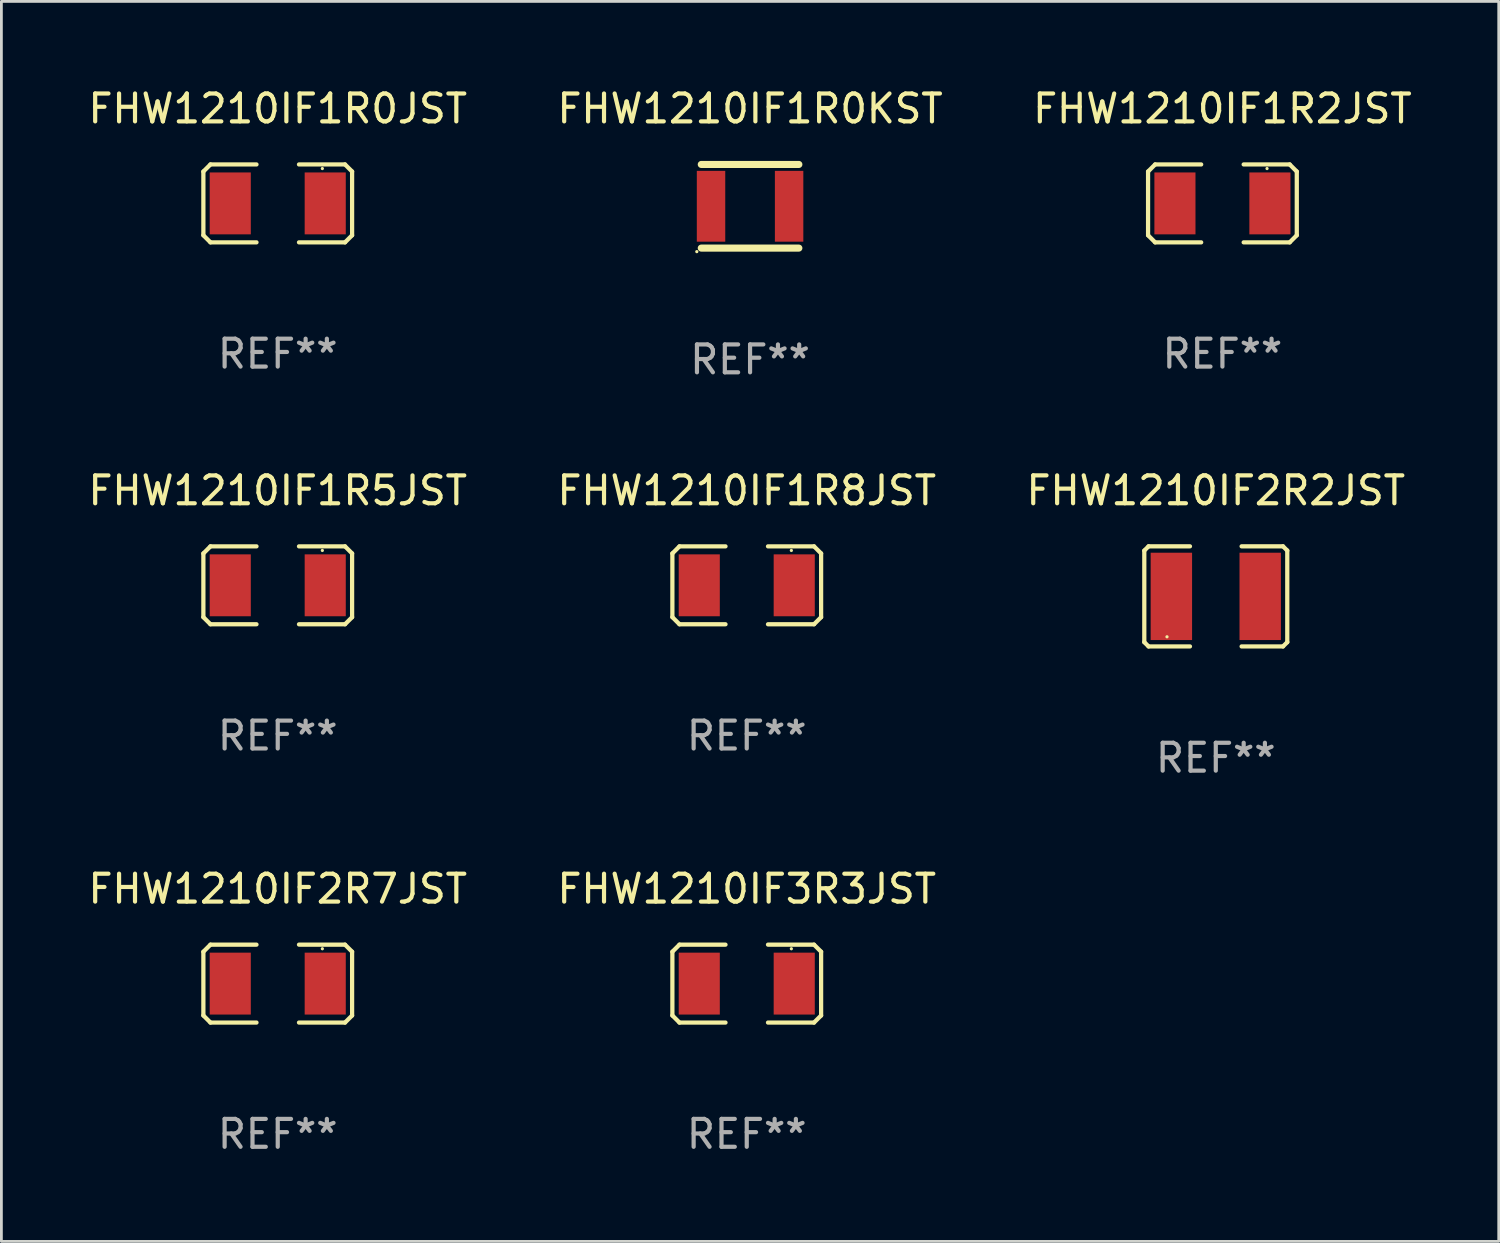
<source format=kicad_pcb>
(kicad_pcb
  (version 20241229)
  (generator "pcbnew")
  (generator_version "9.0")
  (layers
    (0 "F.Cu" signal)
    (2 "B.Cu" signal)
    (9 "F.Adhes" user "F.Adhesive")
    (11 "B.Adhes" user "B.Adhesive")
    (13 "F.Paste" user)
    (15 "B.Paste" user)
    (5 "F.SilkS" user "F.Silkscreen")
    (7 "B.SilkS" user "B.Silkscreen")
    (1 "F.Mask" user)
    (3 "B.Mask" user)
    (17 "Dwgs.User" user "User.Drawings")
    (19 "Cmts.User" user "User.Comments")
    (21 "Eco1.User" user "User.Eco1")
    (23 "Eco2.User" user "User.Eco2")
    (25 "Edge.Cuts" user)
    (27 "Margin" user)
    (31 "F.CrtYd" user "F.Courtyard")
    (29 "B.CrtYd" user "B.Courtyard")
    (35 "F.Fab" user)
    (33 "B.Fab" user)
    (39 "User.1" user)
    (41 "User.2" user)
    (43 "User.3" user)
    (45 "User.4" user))
  (footprint "FHW1210IF1R5JST"
    (layer "F.Cu")
    (at 6.911 17.942)
    (property "Reference" "FHW1210IF1R5JST" (at 0 -3.397 0) (layer "F.SilkS") (effects (font (size 1 1) (thickness 0.15))))
    (attr through_hole)
    (fp_line (start -2.667 -1.143) (end -2.413 -1.397) (stroke (width 0.152) (type solid)) (layer "F.SilkS"))
    (fp_line (start -2.667 1.143) (end -2.667 -1.143) (stroke (width 0.152) (type solid)) (layer "F.SilkS"))
    (fp_line (start -2.413 -1.397) (end -0.762 -1.397) (stroke (width 0.152) (type solid)) (layer "F.SilkS"))
    (fp_line (start -2.413 1.397) (end -2.667 1.143) (stroke (width 0.152) (type solid)) (layer "F.SilkS"))
    (fp_line (start -0.762 1.397) (end -2.413 1.397) (stroke (width 0.152) (type solid)) (layer "F.SilkS"))
    (fp_line (start 0.762 -1.397) (end 2.413 -1.397) (stroke (width 0.152) (type solid)) (layer "F.SilkS"))
    (fp_line (start 2.413 -1.397) (end 2.667 -1.143) (stroke (width 0.152) (type solid)) (layer "F.SilkS"))
    (fp_line (start 2.413 1.397) (end 0.762 1.397) (stroke (width 0.152) (type solid)) (layer "F.SilkS"))
    (fp_line (start 2.667 -1.143) (end 2.667 1.143) (stroke (width 0.152) (type solid)) (layer "F.SilkS"))
    (fp_line (start 2.667 1.143) (end 2.413 1.397) (stroke (width 0.152) (type solid)) (layer "F.SilkS"))
    (fp_circle (center 1.6 -1.25) (end 1.63 -1.25) (stroke (width 0.06) (type solid)) (fill no) (layer "F.SilkS"))
    (fp_text user "REF**" (at 0 5.397 0) (layer "F.Fab") (effects (font (size 1 1) (thickness 0.15))))
    (pad "1" smd rect (at 1.703 0) (size 1.474 2.22) (layers "F.Cu" "F.Mask" "F.Paste"))
    (pad "2" smd rect (at -1.703 0) (size 1.474 2.22) (layers "F.Cu" "F.Mask" "F.Paste")))
  (footprint "FHW1210IF2R7JST"
    (layer "F.Cu")
    (at 6.911 32.227)
    (property "Reference" "FHW1210IF2R7JST" (at 0 -3.397 0) (layer "F.SilkS") (effects (font (size 1 1) (thickness 0.15))))
    (attr through_hole)
    (fp_line (start -2.667 -1.143) (end -2.413 -1.397) (stroke (width 0.152) (type solid)) (layer "F.SilkS"))
    (fp_line (start -2.667 1.143) (end -2.667 -1.143) (stroke (width 0.152) (type solid)) (layer "F.SilkS"))
    (fp_line (start -2.413 -1.397) (end -0.762 -1.397) (stroke (width 0.152) (type solid)) (layer "F.SilkS"))
    (fp_line (start -2.413 1.397) (end -2.667 1.143) (stroke (width 0.152) (type solid)) (layer "F.SilkS"))
    (fp_line (start -0.762 1.397) (end -2.413 1.397) (stroke (width 0.152) (type solid)) (layer "F.SilkS"))
    (fp_line (start 0.762 -1.397) (end 2.413 -1.397) (stroke (width 0.152) (type solid)) (layer "F.SilkS"))
    (fp_line (start 2.413 -1.397) (end 2.667 -1.143) (stroke (width 0.152) (type solid)) (layer "F.SilkS"))
    (fp_line (start 2.413 1.397) (end 0.762 1.397) (stroke (width 0.152) (type solid)) (layer "F.SilkS"))
    (fp_line (start 2.667 -1.143) (end 2.667 1.143) (stroke (width 0.152) (type solid)) (layer "F.SilkS"))
    (fp_line (start 2.667 1.143) (end 2.413 1.397) (stroke (width 0.152) (type solid)) (layer "F.SilkS"))
    (fp_circle (center 1.6 -1.25) (end 1.63 -1.25) (stroke (width 0.06) (type solid)) (fill no) (layer "F.SilkS"))
    (fp_text user "REF**" (at 0 5.397 0) (layer "F.Fab") (effects (font (size 1 1) (thickness 0.15))))
    (pad "1" smd rect (at 1.703 0) (size 1.474 2.22) (layers "F.Cu" "F.Mask" "F.Paste"))
    (pad "2" smd rect (at -1.703 0) (size 1.474 2.22) (layers "F.Cu" "F.Mask" "F.Paste")))
  (footprint "FHW1210IF1R8JST"
    (layer "F.Cu")
    (at 23.732 17.942)
    (property "Reference" "FHW1210IF1R8JST" (at 0 -3.397 0) (layer "F.SilkS") (effects (font (size 1 1) (thickness 0.15))))
    (attr through_hole)
    (fp_line (start -2.667 -1.143) (end -2.413 -1.397) (stroke (width 0.152) (type solid)) (layer "F.SilkS"))
    (fp_line (start -2.667 1.143) (end -2.667 -1.143) (stroke (width 0.152) (type solid)) (layer "F.SilkS"))
    (fp_line (start -2.413 -1.397) (end -0.762 -1.397) (stroke (width 0.152) (type solid)) (layer "F.SilkS"))
    (fp_line (start -2.413 1.397) (end -2.667 1.143) (stroke (width 0.152) (type solid)) (layer "F.SilkS"))
    (fp_line (start -0.762 1.397) (end -2.413 1.397) (stroke (width 0.152) (type solid)) (layer "F.SilkS"))
    (fp_line (start 0.762 -1.397) (end 2.413 -1.397) (stroke (width 0.152) (type solid)) (layer "F.SilkS"))
    (fp_line (start 2.413 -1.397) (end 2.667 -1.143) (stroke (width 0.152) (type solid)) (layer "F.SilkS"))
    (fp_line (start 2.413 1.397) (end 0.762 1.397) (stroke (width 0.152) (type solid)) (layer "F.SilkS"))
    (fp_line (start 2.667 -1.143) (end 2.667 1.143) (stroke (width 0.152) (type solid)) (layer "F.SilkS"))
    (fp_line (start 2.667 1.143) (end 2.413 1.397) (stroke (width 0.152) (type solid)) (layer "F.SilkS"))
    (fp_circle (center 1.6 -1.25) (end 1.63 -1.25) (stroke (width 0.06) (type solid)) (fill no) (layer "F.SilkS"))
    (fp_text user "REF**" (at 0 5.397 0) (layer "F.Fab") (effects (font (size 1 1) (thickness 0.15))))
    (pad "1" smd rect (at 1.703 0) (size 1.474 2.22) (layers "F.Cu" "F.Mask" "F.Paste"))
    (pad "2" smd rect (at -1.703 0) (size 1.474 2.22) (layers "F.Cu" "F.Mask" "F.Paste")))
  (footprint "FHW1210IF1R2JST"
    (layer "F.Cu")
    (at 40.792 4.245)
    (property "Reference" "FHW1210IF1R2JST" (at 0 -3.397 0) (layer "F.SilkS") (effects (font (size 1 1) (thickness 0.15))))
    (attr through_hole)
    (fp_line (start -2.667 -1.143) (end -2.413 -1.397) (stroke (width 0.152) (type solid)) (layer "F.SilkS"))
    (fp_line (start -2.667 1.143) (end -2.667 -1.143) (stroke (width 0.152) (type solid)) (layer "F.SilkS"))
    (fp_line (start -2.413 -1.397) (end -0.762 -1.397) (stroke (width 0.152) (type solid)) (layer "F.SilkS"))
    (fp_line (start -2.413 1.397) (end -2.667 1.143) (stroke (width 0.152) (type solid)) (layer "F.SilkS"))
    (fp_line (start -0.762 1.397) (end -2.413 1.397) (stroke (width 0.152) (type solid)) (layer "F.SilkS"))
    (fp_line (start 0.762 -1.397) (end 2.413 -1.397) (stroke (width 0.152) (type solid)) (layer "F.SilkS"))
    (fp_line (start 2.413 -1.397) (end 2.667 -1.143) (stroke (width 0.152) (type solid)) (layer "F.SilkS"))
    (fp_line (start 2.413 1.397) (end 0.762 1.397) (stroke (width 0.152) (type solid)) (layer "F.SilkS"))
    (fp_line (start 2.667 -1.143) (end 2.667 1.143) (stroke (width 0.152) (type solid)) (layer "F.SilkS"))
    (fp_line (start 2.667 1.143) (end 2.413 1.397) (stroke (width 0.152) (type solid)) (layer "F.SilkS"))
    (fp_circle (center 1.6 -1.25) (end 1.63 -1.25) (stroke (width 0.06) (type solid)) (fill no) (layer "F.SilkS"))
    (fp_text user "REF**" (at 0 5.397 0) (layer "F.Fab") (effects (font (size 1 1) (thickness 0.15))))
    (pad "1" smd rect (at 1.703 0) (size 1.474 2.22) (layers "F.Cu" "F.Mask" "F.Paste"))
    (pad "2" smd rect (at -1.703 0) (size 1.474 2.22) (layers "F.Cu" "F.Mask" "F.Paste")))
  (footprint "FHW1210IF2R2JST"
    (layer "F.Cu")
    (at 40.554 18.339)
    (property "Reference" "FHW1210IF2R2JST" (at 0 -3.795 0) (layer "F.SilkS") (effects (font (size 1 1) (thickness 0.15))))
    (attr through_hole)
    (fp_line (start -2.564 -1.642) (end -2.564 1.642) (stroke (width 0.152) (type solid)) (layer "F.SilkS"))
    (fp_line (start -2.564 1.642) (end -2.411 1.795) (stroke (width 0.152) (type solid)) (layer "F.SilkS"))
    (fp_line (start -2.411 -1.795) (end -2.564 -1.642) (stroke (width 0.152) (type solid)) (layer "F.SilkS"))
    (fp_line (start -2.411 1.795) (end -0.926 1.795) (stroke (width 0.152) (type solid)) (layer "F.SilkS"))
    (fp_line (start -0.926 -1.795) (end -2.411 -1.795) (stroke (width 0.152) (type solid)) (layer "F.SilkS"))
    (fp_line (start 0.926 -1.795) (end 2.411 -1.795) (stroke (width 0.152) (type solid)) (layer "F.SilkS"))
    (fp_line (start 2.411 -1.795) (end 2.564 -1.642) (stroke (width 0.152) (type solid)) (layer "F.SilkS"))
    (fp_line (start 2.411 1.795) (end 0.926 1.795) (stroke (width 0.152) (type solid)) (layer "F.SilkS"))
    (fp_line (start 2.564 -1.642) (end 2.564 1.642) (stroke (width 0.152) (type solid)) (layer "F.SilkS"))
    (fp_line (start 2.564 1.642) (end 2.411 1.795) (stroke (width 0.152) (type solid)) (layer "F.SilkS"))
    (fp_circle (center -1.75 1.45) (end -1.72 1.45) (stroke (width 0.06) (type solid)) (fill no) (layer "F.SilkS"))
    (fp_text user "REF**" (at 0 5.795 0) (layer "F.Fab") (effects (font (size 1 1) (thickness 0.15))))
    (pad "1" smd rect (at -1.593 0.000076) (size 1.485 3.132) (layers "F.Cu" "F.Mask" "F.Paste"))
    (pad "2" smd rect (at 1.593 0.000076) (size 1.485 3.132) (layers "F.Cu" "F.Mask" "F.Paste")))
  (footprint "FHW1210IF1R0JST"
    (layer "F.Cu")
    (at 6.911 4.245)
    (property "Reference" "FHW1210IF1R0JST" (at 0 -3.397 0) (layer "F.SilkS") (effects (font (size 1 1) (thickness 0.15))))
    (attr through_hole)
    (fp_line (start -2.667 -1.143) (end -2.413 -1.397) (stroke (width 0.152) (type solid)) (layer "F.SilkS"))
    (fp_line (start -2.667 1.143) (end -2.667 -1.143) (stroke (width 0.152) (type solid)) (layer "F.SilkS"))
    (fp_line (start -2.413 -1.397) (end -0.762 -1.397) (stroke (width 0.152) (type solid)) (layer "F.SilkS"))
    (fp_line (start -2.413 1.397) (end -2.667 1.143) (stroke (width 0.152) (type solid)) (layer "F.SilkS"))
    (fp_line (start -0.762 1.397) (end -2.413 1.397) (stroke (width 0.152) (type solid)) (layer "F.SilkS"))
    (fp_line (start 0.762 -1.397) (end 2.413 -1.397) (stroke (width 0.152) (type solid)) (layer "F.SilkS"))
    (fp_line (start 2.413 -1.397) (end 2.667 -1.143) (stroke (width 0.152) (type solid)) (layer "F.SilkS"))
    (fp_line (start 2.413 1.397) (end 0.762 1.397) (stroke (width 0.152) (type solid)) (layer "F.SilkS"))
    (fp_line (start 2.667 -1.143) (end 2.667 1.143) (stroke (width 0.152) (type solid)) (layer "F.SilkS"))
    (fp_line (start 2.667 1.143) (end 2.413 1.397) (stroke (width 0.152) (type solid)) (layer "F.SilkS"))
    (fp_circle (center 1.6 -1.25) (end 1.63 -1.25) (stroke (width 0.06) (type solid)) (fill no) (layer "F.SilkS"))
    (fp_text user "REF**" (at 0 5.397 0) (layer "F.Fab") (effects (font (size 1 1) (thickness 0.15))))
    (pad "1" smd rect (at 1.703 0) (size 1.474 2.22) (layers "F.Cu" "F.Mask" "F.Paste"))
    (pad "2" smd rect (at -1.703 0) (size 1.474 2.22) (layers "F.Cu" "F.Mask" "F.Paste")))
  (footprint "FHW1210IF3R3JST"
    (layer "F.Cu")
    (at 23.732 32.227)
    (property "Reference" "FHW1210IF3R3JST" (at 0 -3.397 0) (layer "F.SilkS") (effects (font (size 1 1) (thickness 0.15))))
    (attr through_hole)
    (fp_line (start -2.667 -1.143) (end -2.413 -1.397) (stroke (width 0.152) (type solid)) (layer "F.SilkS"))
    (fp_line (start -2.667 1.143) (end -2.667 -1.143) (stroke (width 0.152) (type solid)) (layer "F.SilkS"))
    (fp_line (start -2.413 -1.397) (end -0.762 -1.397) (stroke (width 0.152) (type solid)) (layer "F.SilkS"))
    (fp_line (start -2.413 1.397) (end -2.667 1.143) (stroke (width 0.152) (type solid)) (layer "F.SilkS"))
    (fp_line (start -0.762 1.397) (end -2.413 1.397) (stroke (width 0.152) (type solid)) (layer "F.SilkS"))
    (fp_line (start 0.762 -1.397) (end 2.413 -1.397) (stroke (width 0.152) (type solid)) (layer "F.SilkS"))
    (fp_line (start 2.413 -1.397) (end 2.667 -1.143) (stroke (width 0.152) (type solid)) (layer "F.SilkS"))
    (fp_line (start 2.413 1.397) (end 0.762 1.397) (stroke (width 0.152) (type solid)) (layer "F.SilkS"))
    (fp_line (start 2.667 -1.143) (end 2.667 1.143) (stroke (width 0.152) (type solid)) (layer "F.SilkS"))
    (fp_line (start 2.667 1.143) (end 2.413 1.397) (stroke (width 0.152) (type solid)) (layer "F.SilkS"))
    (fp_circle (center 1.6 -1.25) (end 1.63 -1.25) (stroke (width 0.06) (type solid)) (fill no) (layer "F.SilkS"))
    (fp_text user "REF**" (at 0 5.397 0) (layer "F.Fab") (effects (font (size 1 1) (thickness 0.15))))
    (pad "1" smd rect (at 1.703 0) (size 1.474 2.22) (layers "F.Cu" "F.Mask" "F.Paste"))
    (pad "2" smd rect (at -1.703 0) (size 1.474 2.22) (layers "F.Cu" "F.Mask" "F.Paste")))
  (footprint "FHW1210IF1R0KST"
    (layer "F.Cu")
    (at 23.851 4.348)
    (property "Reference" "FHW1210IF1R0KST" (at 0 -3.5 0) (layer "F.SilkS") (effects (font (size 1 1) (thickness 0.15))))
    (attr through_hole)
    (fp_line (start -1.75 -1.5) (end 1.75 -1.5) (stroke (width 0.254) (type solid)) (layer "F.SilkS"))
    (fp_line (start -1.75 1.5) (end 1.75 1.5) (stroke (width 0.254) (type solid)) (layer "F.SilkS"))
    (fp_circle (center -1.91 1.627) (end -1.88 1.627) (stroke (width 0.06) (type solid)) (fill no) (layer "F.SilkS"))
    (fp_text user "REF**" (at 0 5.5 0) (layer "F.Fab") (effects (font (size 1 1) (thickness 0.15))))
    (pad "1" smd rect (at -1.4 0 90) (size 2.54 1.02) (layers "F.Cu" "F.Mask" "F.Paste"))
    (pad "2" smd rect (at 1.4 0 90) (size 2.54 1.02) (layers "F.Cu" "F.Mask" "F.Paste")))
  (gr_rect
    (start -3 -3)
    (end 50.702 41.473)
    (stroke (width 0.1) (type default))
    (fill no)
    (layer "Edge.Cuts")))
</source>
